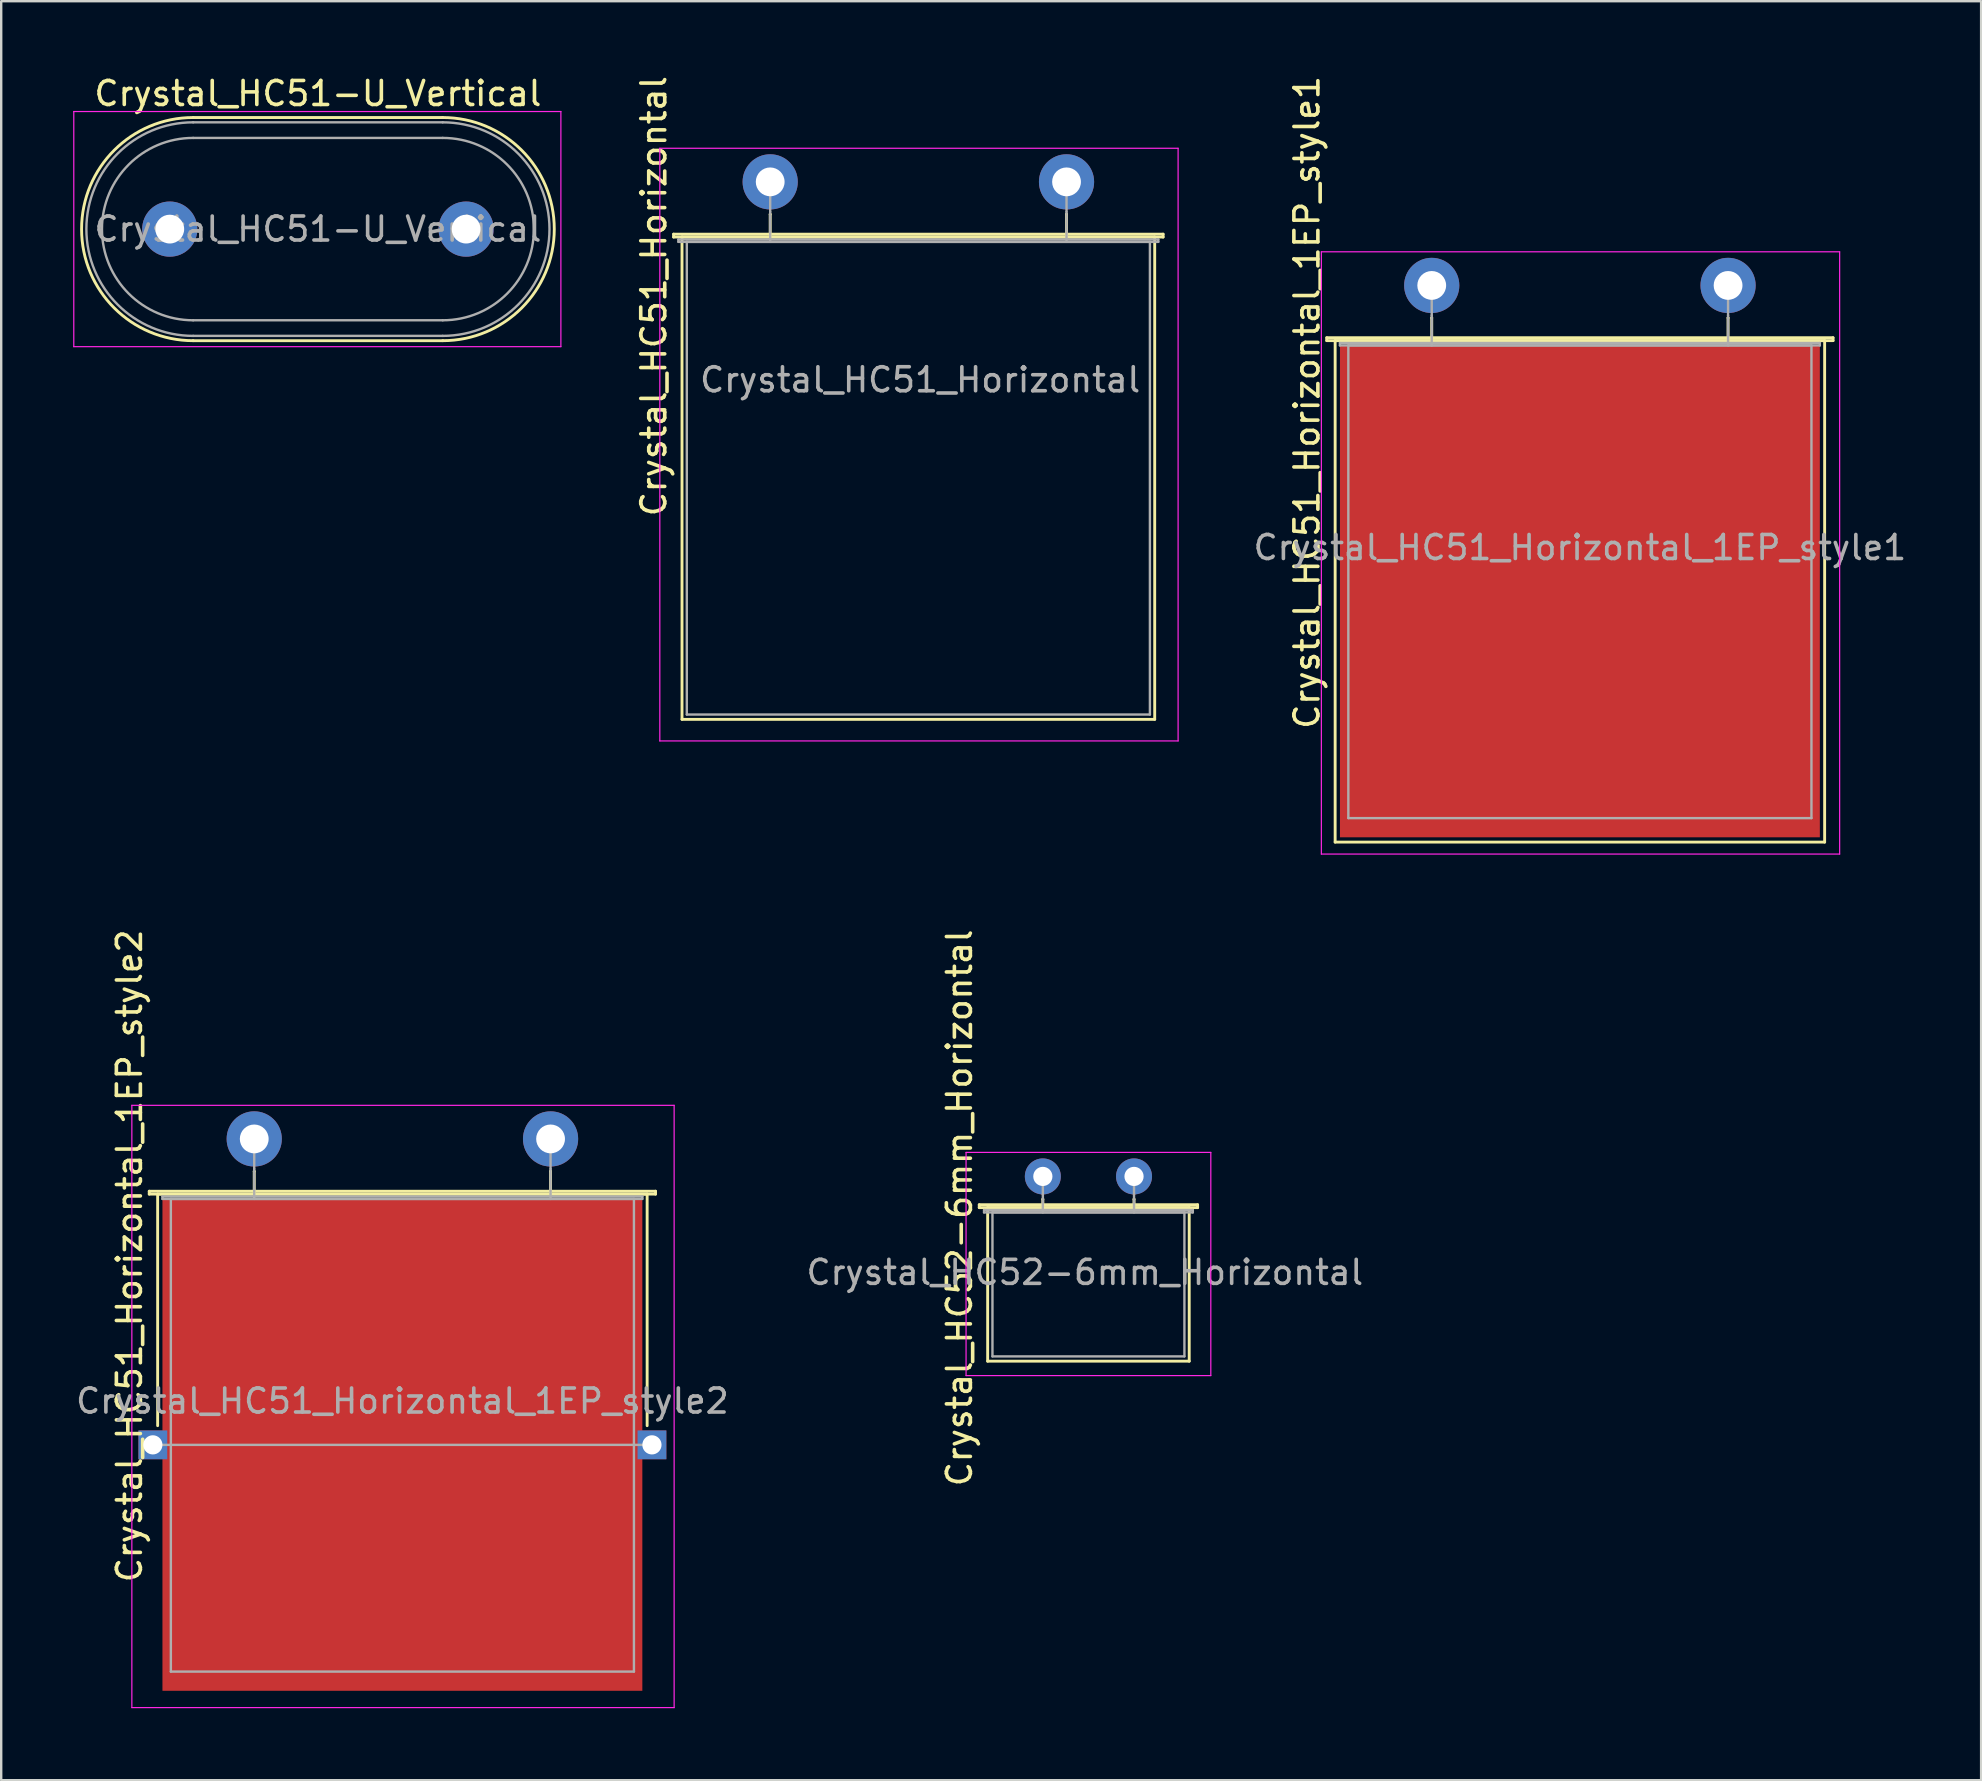
<source format=kicad_pcb>
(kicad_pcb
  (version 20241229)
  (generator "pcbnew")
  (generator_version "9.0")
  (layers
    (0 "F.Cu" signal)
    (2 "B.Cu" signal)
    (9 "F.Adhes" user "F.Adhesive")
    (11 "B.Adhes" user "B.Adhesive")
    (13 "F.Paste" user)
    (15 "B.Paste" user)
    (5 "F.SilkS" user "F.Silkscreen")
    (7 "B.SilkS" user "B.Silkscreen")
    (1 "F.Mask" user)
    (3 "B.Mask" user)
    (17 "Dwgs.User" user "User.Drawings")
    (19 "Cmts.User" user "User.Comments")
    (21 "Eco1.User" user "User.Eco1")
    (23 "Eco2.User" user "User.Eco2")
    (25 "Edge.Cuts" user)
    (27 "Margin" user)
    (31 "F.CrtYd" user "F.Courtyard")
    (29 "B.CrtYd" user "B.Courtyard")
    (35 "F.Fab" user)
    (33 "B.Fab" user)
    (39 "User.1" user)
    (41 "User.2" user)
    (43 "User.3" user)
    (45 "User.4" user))
  (footprint "Crystal_HC51_Horizontal_1EP_style2"
    (layer "F.Cu")
    (at 7.545 44.415)
    (property "Reference" "Crystal_HC51_Horizontal_1EP_style2" (at -5.2 4.875 90) (layer "F.SilkS") (effects (font (size 1 1) (thickness 0.15))))
    (attr through_hole)
    (fp_line (start -4.375 2.18) (end 16.725 2.18) (stroke (width 0.12) (type solid)) (layer "F.SilkS"))
    (fp_line (start -4.375 2.3) (end -4.375 2.18) (stroke (width 0.12) (type solid)) (layer "F.SilkS"))
    (fp_line (start -4.025 2.3) (end 16.375 2.3) (stroke (width 0.12) (type solid)) (layer "F.SilkS"))
    (fp_line (start -4.025 11.95) (end -4.025 2.3) (stroke (width 0.12) (type solid)) (layer "F.SilkS"))
    (fp_line (start 0 1.35) (end 0 1.35) (stroke (width 0.12) (type solid)) (layer "F.SilkS"))
    (fp_line (start 0 2.3) (end 0 1.35) (stroke (width 0.12) (type solid)) (layer "F.SilkS"))
    (fp_line (start 12.35 1.35) (end 12.35 1.35) (stroke (width 0.12) (type solid)) (layer "F.SilkS"))
    (fp_line (start 12.35 2.3) (end 12.35 1.35) (stroke (width 0.12) (type solid)) (layer "F.SilkS"))
    (fp_line (start 16.375 2.3) (end 16.375 11.95) (stroke (width 0.12) (type solid)) (layer "F.SilkS"))
    (fp_line (start 16.725 2.18) (end 16.725 2.3) (stroke (width 0.12) (type solid)) (layer "F.SilkS"))
    (fp_line (start 16.725 2.3) (end -4.375 2.3) (stroke (width 0.12) (type solid)) (layer "F.SilkS"))
    (fp_line (start -5.1 -1.4) (end -5.1 23.7) (stroke (width 0.05) (type solid)) (layer "F.CrtYd"))
    (fp_line (start -5.1 23.7) (end 17.5 23.7) (stroke (width 0.05) (type solid)) (layer "F.CrtYd"))
    (fp_line (start 17.5 -1.4) (end -5.1 -1.4) (stroke (width 0.05) (type solid)) (layer "F.CrtYd"))
    (fp_line (start 17.5 23.7) (end 17.5 -1.4) (stroke (width 0.05) (type solid)) (layer "F.CrtYd"))
    (fp_line (start -4.225 12.75) (end 16.575 12.75) (stroke (width 0.1) (type solid)) (layer "F.Fab"))
    (fp_line (start -3.825 2.4) (end 16.175 2.4) (stroke (width 0.1) (type solid)) (layer "F.Fab"))
    (fp_line (start -3.825 2.5) (end -3.825 2.4) (stroke (width 0.1) (type solid)) (layer "F.Fab"))
    (fp_line (start -3.475 2.5) (end -3.475 22.2) (stroke (width 0.1) (type solid)) (layer "F.Fab"))
    (fp_line (start -3.475 22.2) (end 15.825 22.2) (stroke (width 0.1) (type solid)) (layer "F.Fab"))
    (fp_line (start 0 1.25) (end 0 0) (stroke (width 0.1) (type solid)) (layer "F.Fab"))
    (fp_line (start 0 2.5) (end 0 1.25) (stroke (width 0.1) (type solid)) (layer "F.Fab"))
    (fp_line (start 12.35 1.25) (end 12.35 0) (stroke (width 0.1) (type solid)) (layer "F.Fab"))
    (fp_line (start 12.35 2.5) (end 12.35 1.25) (stroke (width 0.1) (type solid)) (layer "F.Fab"))
    (fp_line (start 15.825 2.5) (end -3.475 2.5) (stroke (width 0.1) (type solid)) (layer "F.Fab"))
    (fp_line (start 15.825 22.2) (end 15.825 2.5) (stroke (width 0.1) (type solid)) (layer "F.Fab"))
    (fp_line (start 16.175 2.4) (end 16.175 2.5) (stroke (width 0.1) (type solid)) (layer "F.Fab"))
    (fp_line (start 16.175 2.5) (end -3.825 2.5) (stroke (width 0.1) (type solid)) (layer "F.Fab"))
    (fp_text user "${REFERENCE}" (at 6.175 10.925 0) (layer "F.Fab") (effects (font (size 1 1) (thickness 0.15))))
    (pad "1" thru_hole circle (at 0 0) (size 2.3 2.3) (drill 1.2) (layers "*.Cu" "*.Mask"))
    (pad "2" thru_hole circle (at 12.35 0) (size 2.3 2.3) (drill 1.2) (layers "*.Cu" "*.Mask"))
    (pad "3" thru_hole rect (at -4.225 12.75) (size 1.2 1.2) (drill 0.8) (layers "*.Cu" "*.Mask"))
    (pad "3" smd rect (at 6.175 12.75) (size 20 20.5) (layers "F.Cu" "F.Mask" "F.Paste"))
    (pad "3" thru_hole rect (at 16.575 12.75) (size 1.2 1.2) (drill 0.8) (layers "*.Cu" "*.Mask")))
  (footprint "Crystal_HC52-6mm_Horizontal"
    (layer "F.Cu")
    (at 40.411 45.978)
    (property "Reference" "Crystal_HC52-6mm_Horizontal" (at -3.475 1.312 90) (layer "F.SilkS") (effects (font (size 1 1) (thickness 0.15))))
    (attr through_hole)
    (fp_line (start -2.65 1.18) (end 6.45 1.18) (stroke (width 0.12) (type solid)) (layer "F.SilkS"))
    (fp_line (start -2.65 1.3) (end -2.65 1.18) (stroke (width 0.12) (type solid)) (layer "F.SilkS"))
    (fp_line (start -2.3 1.3) (end -2.3 7.7) (stroke (width 0.12) (type solid)) (layer "F.SilkS"))
    (fp_line (start -2.3 7.7) (end 6.1 7.7) (stroke (width 0.12) (type solid)) (layer "F.SilkS"))
    (fp_line (start 0 0.95) (end 0 0.95) (stroke (width 0.12) (type solid)) (layer "F.SilkS"))
    (fp_line (start 0 1.3) (end 0 0.95) (stroke (width 0.12) (type solid)) (layer "F.SilkS"))
    (fp_line (start 3.8 0.95) (end 3.8 0.95) (stroke (width 0.12) (type solid)) (layer "F.SilkS"))
    (fp_line (start 3.8 1.3) (end 3.8 0.95) (stroke (width 0.12) (type solid)) (layer "F.SilkS"))
    (fp_line (start 6.1 1.3) (end -2.3 1.3) (stroke (width 0.12) (type solid)) (layer "F.SilkS"))
    (fp_line (start 6.1 7.7) (end 6.1 1.3) (stroke (width 0.12) (type solid)) (layer "F.SilkS"))
    (fp_line (start 6.45 1.18) (end 6.45 1.3) (stroke (width 0.12) (type solid)) (layer "F.SilkS"))
    (fp_line (start 6.45 1.3) (end -2.65 1.3) (stroke (width 0.12) (type solid)) (layer "F.SilkS"))
    (fp_line (start -3.2 -1) (end -3.2 8.3) (stroke (width 0.05) (type solid)) (layer "F.CrtYd"))
    (fp_line (start -3.2 8.3) (end 7 8.3) (stroke (width 0.05) (type solid)) (layer "F.CrtYd"))
    (fp_line (start 7 -1) (end -3.2 -1) (stroke (width 0.05) (type solid)) (layer "F.CrtYd"))
    (fp_line (start 7 8.3) (end 7 -1) (stroke (width 0.05) (type solid)) (layer "F.CrtYd"))
    (fp_line (start -2.45 1.4) (end 6.25 1.4) (stroke (width 0.1) (type solid)) (layer "F.Fab"))
    (fp_line (start -2.45 1.5) (end -2.45 1.4) (stroke (width 0.1) (type solid)) (layer "F.Fab"))
    (fp_line (start -2.1 1.5) (end -2.1 7.5) (stroke (width 0.1) (type solid)) (layer "F.Fab"))
    (fp_line (start -2.1 7.5) (end 5.9 7.5) (stroke (width 0.1) (type solid)) (layer "F.Fab"))
    (fp_line (start 0 0.75) (end 0 0) (stroke (width 0.1) (type solid)) (layer "F.Fab"))
    (fp_line (start 0 1.5) (end 0 0.75) (stroke (width 0.1) (type solid)) (layer "F.Fab"))
    (fp_line (start 3.8 0.75) (end 3.8 0) (stroke (width 0.1) (type solid)) (layer "F.Fab"))
    (fp_line (start 3.8 1.5) (end 3.8 0.75) (stroke (width 0.1) (type solid)) (layer "F.Fab"))
    (fp_line (start 5.9 1.5) (end -2.1 1.5) (stroke (width 0.1) (type solid)) (layer "F.Fab"))
    (fp_line (start 5.9 7.5) (end 5.9 1.5) (stroke (width 0.1) (type solid)) (layer "F.Fab"))
    (fp_line (start 6.25 1.4) (end 6.25 1.5) (stroke (width 0.1) (type solid)) (layer "F.Fab"))
    (fp_line (start 6.25 1.5) (end -2.45 1.5) (stroke (width 0.1) (type solid)) (layer "F.Fab"))
    (fp_text user "${REFERENCE}" (at 1.75 4 0) (layer "F.Fab") (effects (font (size 1 1) (thickness 0.15))))
    (pad "1" thru_hole circle (at 0 0) (size 1.5 1.5) (drill 0.8) (layers "*.Cu" "*.Mask"))
    (pad "2" thru_hole circle (at 3.8 0) (size 1.5 1.5) (drill 0.8) (layers "*.Cu" "*.Mask")))
  (footprint "Crystal_HC51_Horizontal"
    (layer "F.Cu")
    (at 29.048 4.529)
    (property "Reference" "Crystal_HC51_Horizontal" (at -4.85 4.763 90) (layer "F.SilkS") (effects (font (size 1 1) (thickness 0.15))))
    (attr through_hole)
    (fp_line (start -4.025 2.18) (end 16.375 2.18) (stroke (width 0.12) (type solid)) (layer "F.SilkS"))
    (fp_line (start -4.025 2.3) (end -4.025 2.18) (stroke (width 0.12) (type solid)) (layer "F.SilkS"))
    (fp_line (start -3.675 2.3) (end -3.675 22.4) (stroke (width 0.12) (type solid)) (layer "F.SilkS"))
    (fp_line (start -3.675 22.4) (end 16.025 22.4) (stroke (width 0.12) (type solid)) (layer "F.SilkS"))
    (fp_line (start 0 1.35) (end 0 1.35) (stroke (width 0.12) (type solid)) (layer "F.SilkS"))
    (fp_line (start 0 2.3) (end 0 1.35) (stroke (width 0.12) (type solid)) (layer "F.SilkS"))
    (fp_line (start 12.35 1.35) (end 12.35 1.35) (stroke (width 0.12) (type solid)) (layer "F.SilkS"))
    (fp_line (start 12.35 2.3) (end 12.35 1.35) (stroke (width 0.12) (type solid)) (layer "F.SilkS"))
    (fp_line (start 16.025 2.3) (end -3.675 2.3) (stroke (width 0.12) (type solid)) (layer "F.SilkS"))
    (fp_line (start 16.025 22.4) (end 16.025 2.3) (stroke (width 0.12) (type solid)) (layer "F.SilkS"))
    (fp_line (start 16.375 2.18) (end 16.375 2.3) (stroke (width 0.12) (type solid)) (layer "F.SilkS"))
    (fp_line (start 16.375 2.3) (end -4.025 2.3) (stroke (width 0.12) (type solid)) (layer "F.SilkS"))
    (fp_line (start -4.6 -1.4) (end -4.6 23.3) (stroke (width 0.05) (type solid)) (layer "F.CrtYd"))
    (fp_line (start -4.6 23.3) (end 17 23.3) (stroke (width 0.05) (type solid)) (layer "F.CrtYd"))
    (fp_line (start 17 -1.4) (end -4.6 -1.4) (stroke (width 0.05) (type solid)) (layer "F.CrtYd"))
    (fp_line (start 17 23.3) (end 17 -1.4) (stroke (width 0.05) (type solid)) (layer "F.CrtYd"))
    (fp_line (start -3.825 2.4) (end 16.175 2.4) (stroke (width 0.1) (type solid)) (layer "F.Fab"))
    (fp_line (start -3.825 2.5) (end -3.825 2.4) (stroke (width 0.1) (type solid)) (layer "F.Fab"))
    (fp_line (start -3.475 2.5) (end -3.475 22.2) (stroke (width 0.1) (type solid)) (layer "F.Fab"))
    (fp_line (start -3.475 22.2) (end 15.825 22.2) (stroke (width 0.1) (type solid)) (layer "F.Fab"))
    (fp_line (start 0 1.25) (end 0 0) (stroke (width 0.1) (type solid)) (layer "F.Fab"))
    (fp_line (start 0 2.5) (end 0 1.25) (stroke (width 0.1) (type solid)) (layer "F.Fab"))
    (fp_line (start 12.35 1.25) (end 12.35 0) (stroke (width 0.1) (type solid)) (layer "F.Fab"))
    (fp_line (start 12.35 2.5) (end 12.35 1.25) (stroke (width 0.1) (type solid)) (layer "F.Fab"))
    (fp_line (start 15.825 2.5) (end -3.475 2.5) (stroke (width 0.1) (type solid)) (layer "F.Fab"))
    (fp_line (start 15.825 22.2) (end 15.825 2.5) (stroke (width 0.1) (type solid)) (layer "F.Fab"))
    (fp_line (start 16.175 2.4) (end 16.175 2.5) (stroke (width 0.1) (type solid)) (layer "F.Fab"))
    (fp_line (start 16.175 2.5) (end -3.825 2.5) (stroke (width 0.1) (type solid)) (layer "F.Fab"))
    (fp_text user "${REFERENCE}" (at 6.25 8.25 0) (layer "F.Fab") (effects (font (size 1 1) (thickness 0.15))))
    (pad "1" thru_hole circle (at 0 0) (size 2.3 2.3) (drill 1.2) (layers "*.Cu" "*.Mask"))
    (pad "2" thru_hole circle (at 12.35 0) (size 2.3 2.3) (drill 1.2) (layers "*.Cu" "*.Mask")))
  (footprint "Crystal_HC51-U_Vertical"
    (layer "F.Cu")
    (at 4.025 6.498)
    (property "Reference" "Crystal_HC51-U_Vertical" (at 6.175 -5.65 0) (layer "F.SilkS") (effects (font (size 1 1) (thickness 0.15))))
    (attr through_hole)
    (fp_line (start 0.975 -4.65) (end 11.375 -4.65) (stroke (width 0.12) (type solid)) (layer "F.SilkS"))
    (fp_line (start 0.975 4.65) (end 11.375 4.65) (stroke (width 0.12) (type solid)) (layer "F.SilkS"))
    (fp_arc (start 0.975 4.65) (mid -3.675 0) (end 0.975 -4.65) (stroke (width 0.12) (type solid)) (layer "F.SilkS"))
    (fp_arc (start 11.375 -4.65) (mid 16.025 0) (end 11.375 4.65) (stroke (width 0.12) (type solid)) (layer "F.SilkS"))
    (fp_line (start -4 -4.9) (end -4 4.9) (stroke (width 0.05) (type solid)) (layer "F.CrtYd"))
    (fp_line (start -4 4.9) (end 16.3 4.9) (stroke (width 0.05) (type solid)) (layer "F.CrtYd"))
    (fp_line (start 16.3 -4.9) (end -4 -4.9) (stroke (width 0.05) (type solid)) (layer "F.CrtYd"))
    (fp_line (start 16.3 4.9) (end 16.3 -4.9) (stroke (width 0.05) (type solid)) (layer "F.CrtYd"))
    (fp_line (start 0.975 -4.45) (end 11.375 -4.45) (stroke (width 0.1) (type solid)) (layer "F.Fab"))
    (fp_line (start 0.975 -3.8) (end 11.375 -3.8) (stroke (width 0.1) (type solid)) (layer "F.Fab"))
    (fp_line (start 0.975 3.8) (end 11.375 3.8) (stroke (width 0.1) (type solid)) (layer "F.Fab"))
    (fp_line (start 0.975 4.45) (end 11.375 4.45) (stroke (width 0.1) (type solid)) (layer "F.Fab"))
    (fp_arc (start 0.975 3.8) (mid -2.825 0) (end 0.975 -3.8) (stroke (width 0.1) (type solid)) (layer "F.Fab"))
    (fp_arc (start 0.975 4.45) (mid -3.475 0) (end 0.975 -4.45) (stroke (width 0.1) (type solid)) (layer "F.Fab"))
    (fp_arc (start 11.375 -4.45) (mid 15.825 0) (end 11.375 4.45) (stroke (width 0.1) (type solid)) (layer "F.Fab"))
    (fp_arc (start 11.375 -3.8) (mid 15.175 0) (end 11.375 3.8) (stroke (width 0.1) (type solid)) (layer "F.Fab"))
    (fp_text user "${REFERENCE}" (at 6.175 0 0) (layer "F.Fab") (effects (font (size 1 1) (thickness 0.15))))
    (pad "1" thru_hole circle (at 0 0) (size 2.3 2.3) (drill 1.2) (layers "*.Cu" "*.Mask"))
    (pad "2" thru_hole circle (at 12.35 0) (size 2.3 2.3) (drill 1.2) (layers "*.Cu" "*.Mask")))
  (footprint "Crystal_HC51_Horizontal_1EP_style1"
    (layer "F.Cu")
    (at 56.618 8.845)
    (property "Reference" "Crystal_HC51_Horizontal_1EP_style1" (at -5.2 4.875 90) (layer "F.SilkS") (effects (font (size 1 1) (thickness 0.15))))
    (attr through_hole)
    (fp_line (start -4.375 2.18) (end 16.725 2.18) (stroke (width 0.12) (type solid)) (layer "F.SilkS"))
    (fp_line (start -4.375 2.3) (end -4.375 2.18) (stroke (width 0.12) (type solid)) (layer "F.SilkS"))
    (fp_line (start -4.025 2.3) (end -4.025 23.2) (stroke (width 0.12) (type solid)) (layer "F.SilkS"))
    (fp_line (start -4.025 23.2) (end 16.375 23.2) (stroke (width 0.12) (type solid)) (layer "F.SilkS"))
    (fp_line (start 0 1.35) (end 0 1.35) (stroke (width 0.12) (type solid)) (layer "F.SilkS"))
    (fp_line (start 0 2.3) (end 0 1.35) (stroke (width 0.12) (type solid)) (layer "F.SilkS"))
    (fp_line (start 12.35 1.35) (end 12.35 1.35) (stroke (width 0.12) (type solid)) (layer "F.SilkS"))
    (fp_line (start 12.35 2.3) (end 12.35 1.35) (stroke (width 0.12) (type solid)) (layer "F.SilkS"))
    (fp_line (start 16.375 2.3) (end -4.025 2.3) (stroke (width 0.12) (type solid)) (layer "F.SilkS"))
    (fp_line (start 16.375 23.2) (end 16.375 2.3) (stroke (width 0.12) (type solid)) (layer "F.SilkS"))
    (fp_line (start 16.725 2.18) (end 16.725 2.3) (stroke (width 0.12) (type solid)) (layer "F.SilkS"))
    (fp_line (start 16.725 2.3) (end -4.375 2.3) (stroke (width 0.12) (type solid)) (layer "F.SilkS"))
    (fp_line (start -4.6 -1.4) (end -4.6 23.7) (stroke (width 0.05) (type solid)) (layer "F.CrtYd"))
    (fp_line (start -4.6 23.7) (end 17 23.7) (stroke (width 0.05) (type solid)) (layer "F.CrtYd"))
    (fp_line (start 17 -1.4) (end -4.6 -1.4) (stroke (width 0.05) (type solid)) (layer "F.CrtYd"))
    (fp_line (start 17 23.7) (end 17 -1.4) (stroke (width 0.05) (type solid)) (layer "F.CrtYd"))
    (fp_line (start -3.825 2.4) (end 16.175 2.4) (stroke (width 0.1) (type solid)) (layer "F.Fab"))
    (fp_line (start -3.825 2.5) (end -3.825 2.4) (stroke (width 0.1) (type solid)) (layer "F.Fab"))
    (fp_line (start -3.475 2.5) (end -3.475 22.2) (stroke (width 0.1) (type solid)) (layer "F.Fab"))
    (fp_line (start -3.475 22.2) (end 15.825 22.2) (stroke (width 0.1) (type solid)) (layer "F.Fab"))
    (fp_line (start 0 1.25) (end 0 0) (stroke (width 0.1) (type solid)) (layer "F.Fab"))
    (fp_line (start 0 2.5) (end 0 1.25) (stroke (width 0.1) (type solid)) (layer "F.Fab"))
    (fp_line (start 12.35 1.25) (end 12.35 0) (stroke (width 0.1) (type solid)) (layer "F.Fab"))
    (fp_line (start 12.35 2.5) (end 12.35 1.25) (stroke (width 0.1) (type solid)) (layer "F.Fab"))
    (fp_line (start 15.825 2.5) (end -3.475 2.5) (stroke (width 0.1) (type solid)) (layer "F.Fab"))
    (fp_line (start 15.825 22.2) (end 15.825 2.5) (stroke (width 0.1) (type solid)) (layer "F.Fab"))
    (fp_line (start 16.175 2.4) (end 16.175 2.5) (stroke (width 0.1) (type solid)) (layer "F.Fab"))
    (fp_line (start 16.175 2.5) (end -3.825 2.5) (stroke (width 0.1) (type solid)) (layer "F.Fab"))
    (fp_text user "${REFERENCE}" (at 6.175 10.925 0) (layer "F.Fab") (effects (font (size 1 1) (thickness 0.15))))
    (pad "1" thru_hole circle (at 0 0) (size 2.3 2.3) (drill 1.2) (layers "*.Cu" "*.Mask"))
    (pad "2" thru_hole circle (at 12.35 0) (size 2.3 2.3) (drill 1.2) (layers "*.Cu" "*.Mask"))
    (pad "3" smd rect (at 6.175 12.75) (size 20 20.5) (layers "F.Cu" "F.Mask" "F.Paste")))
  (gr_rect
    (start -3 -3)
    (end 79.514 71.14)
    (stroke (width 0.1) (type default))
    (fill no)
    (layer "Edge.Cuts")))
</source>
